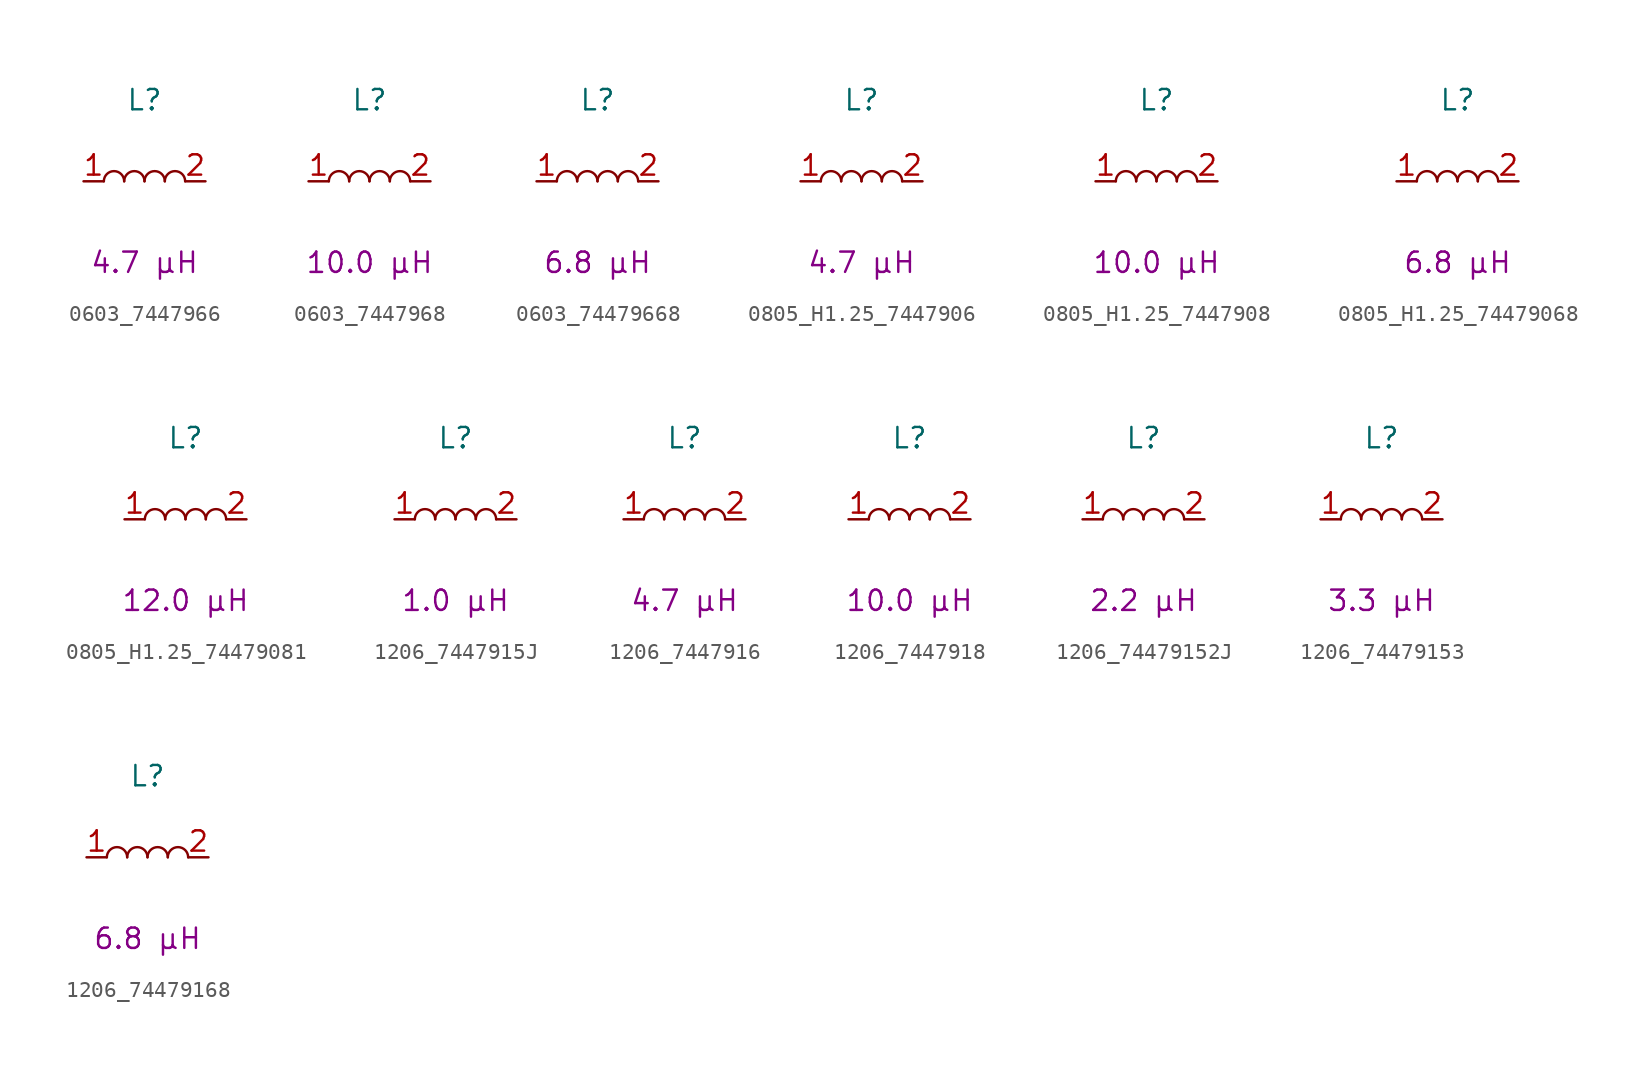
<source format=kicad_sym>
(kicad_symbol_lib
  (version 20220914)
  (generator kicad_symbol_editor)
  (symbol "0603_7447966"
    (pin_names hide)
    (property "Reference" "L"
      (at 0 5.08 0)
      (effects (font (size 1.27 1.27))))
    (property "Critical Parameter" "4.7 µH"
      (at 0 -5.08 0)
      (effects (font (size 1.27 1.27))))
    (symbol "0603_7447966_0_1"
      (arc (start -1.27 0) (mid -1.905 0.6323) (end -2.54 0) (stroke (width 0) (type default)) (fill (type none)))
      (arc (start 0 0) (mid -0.635 0.6323) (end -1.27 0) (stroke (width 0) (type default)) (fill (type none)))
      (arc (start 1.27 0) (mid 0.635 0.6323) (end 0 0) (stroke (width 0) (type default)) (fill (type none)))
      (arc (start 2.54 0) (mid 1.905 0.6323) (end 1.27 0) (stroke (width 0) (type default)) (fill (type none))))
    (symbol "0603_7447966_1_1"
      (pin passive line (at -3.81 0 0) (length 1.27) (name "1" (effects (font (size 1.27 1.27)))) (number "1" (effects (font (size 1.27 1.27)))))
      (pin passive line (at 3.81 0 180) (length 1.27) (name "2" (effects (font (size 1.27 1.27)))) (number "2" (effects (font (size 1.27 1.27)))))))
  (symbol "0603_7447968"
    (pin_names hide)
    (property "Reference" "L"
      (at 0 5.08 0)
      (effects (font (size 1.27 1.27))))
    (property "Critical Parameter" "10.0 µH"
      (at 0 -5.08 0)
      (effects (font (size 1.27 1.27))))
    (symbol "0603_7447968_0_1"
      (arc (start -1.27 0) (mid -1.905 0.6323) (end -2.54 0) (stroke (width 0) (type default)) (fill (type none)))
      (arc (start 0 0) (mid -0.635 0.6323) (end -1.27 0) (stroke (width 0) (type default)) (fill (type none)))
      (arc (start 1.27 0) (mid 0.635 0.6323) (end 0 0) (stroke (width 0) (type default)) (fill (type none)))
      (arc (start 2.54 0) (mid 1.905 0.6323) (end 1.27 0) (stroke (width 0) (type default)) (fill (type none))))
    (symbol "0603_7447968_1_1"
      (pin passive line (at -3.81 0 0) (length 1.27) (name "1" (effects (font (size 1.27 1.27)))) (number "1" (effects (font (size 1.27 1.27)))))
      (pin passive line (at 3.81 0 180) (length 1.27) (name "2" (effects (font (size 1.27 1.27)))) (number "2" (effects (font (size 1.27 1.27)))))))
  (symbol "0603_74479668"
    (pin_names hide)
    (property "Reference" "L"
      (at 0 5.08 0)
      (effects (font (size 1.27 1.27))))
    (property "Critical Parameter" "6.8 µH"
      (at 0 -5.08 0)
      (effects (font (size 1.27 1.27))))
    (symbol "0603_74479668_0_1"
      (arc (start -1.27 0) (mid -1.905 0.6323) (end -2.54 0) (stroke (width 0) (type default)) (fill (type none)))
      (arc (start 0 0) (mid -0.635 0.6323) (end -1.27 0) (stroke (width 0) (type default)) (fill (type none)))
      (arc (start 1.27 0) (mid 0.635 0.6323) (end 0 0) (stroke (width 0) (type default)) (fill (type none)))
      (arc (start 2.54 0) (mid 1.905 0.6323) (end 1.27 0) (stroke (width 0) (type default)) (fill (type none))))
    (symbol "0603_74479668_1_1"
      (pin passive line (at -3.81 0 0) (length 1.27) (name "1" (effects (font (size 1.27 1.27)))) (number "1" (effects (font (size 1.27 1.27)))))
      (pin passive line (at 3.81 0 180) (length 1.27) (name "2" (effects (font (size 1.27 1.27)))) (number "2" (effects (font (size 1.27 1.27)))))))
  (symbol "0805_H1.25_7447906"
    (pin_names hide)
    (property "Reference" "L"
      (at 0 5.08 0)
      (effects (font (size 1.27 1.27))))
    (property "Critical Parameter" "4.7 µH"
      (at 0 -5.08 0)
      (effects (font (size 1.27 1.27))))
    (symbol "0805_H1.25_7447906_0_1"
      (arc (start -1.27 0) (mid -1.905 0.6323) (end -2.54 0) (stroke (width 0) (type default)) (fill (type none)))
      (arc (start 0 0) (mid -0.635 0.6323) (end -1.27 0) (stroke (width 0) (type default)) (fill (type none)))
      (arc (start 1.27 0) (mid 0.635 0.6323) (end 0 0) (stroke (width 0) (type default)) (fill (type none)))
      (arc (start 2.54 0) (mid 1.905 0.6323) (end 1.27 0) (stroke (width 0) (type default)) (fill (type none))))
    (symbol "0805_H1.25_7447906_1_1"
      (pin passive line (at -3.81 0 0) (length 1.27) (name "1" (effects (font (size 1.27 1.27)))) (number "1" (effects (font (size 1.27 1.27)))))
      (pin passive line (at 3.81 0 180) (length 1.27) (name "2" (effects (font (size 1.27 1.27)))) (number "2" (effects (font (size 1.27 1.27)))))))
  (symbol "0805_H1.25_7447908"
    (pin_names hide)
    (property "Reference" "L"
      (at 0 5.08 0)
      (effects (font (size 1.27 1.27))))
    (property "Critical Parameter" "10.0 µH"
      (at 0 -5.08 0)
      (effects (font (size 1.27 1.27))))
    (symbol "0805_H1.25_7447908_0_1"
      (arc (start -1.27 0) (mid -1.905 0.6323) (end -2.54 0) (stroke (width 0) (type default)) (fill (type none)))
      (arc (start 0 0) (mid -0.635 0.6323) (end -1.27 0) (stroke (width 0) (type default)) (fill (type none)))
      (arc (start 1.27 0) (mid 0.635 0.6323) (end 0 0) (stroke (width 0) (type default)) (fill (type none)))
      (arc (start 2.54 0) (mid 1.905 0.6323) (end 1.27 0) (stroke (width 0) (type default)) (fill (type none))))
    (symbol "0805_H1.25_7447908_1_1"
      (pin passive line (at -3.81 0 0) (length 1.27) (name "1" (effects (font (size 1.27 1.27)))) (number "1" (effects (font (size 1.27 1.27)))))
      (pin passive line (at 3.81 0 180) (length 1.27) (name "2" (effects (font (size 1.27 1.27)))) (number "2" (effects (font (size 1.27 1.27)))))))
  (symbol "0805_H1.25_74479068"
    (pin_names hide)
    (property "Reference" "L"
      (at 0 5.08 0)
      (effects (font (size 1.27 1.27))))
    (property "Critical Parameter" "6.8 µH"
      (at 0 -5.08 0)
      (effects (font (size 1.27 1.27))))
    (symbol "0805_H1.25_74479068_0_1"
      (arc (start -1.27 0) (mid -1.905 0.6323) (end -2.54 0) (stroke (width 0) (type default)) (fill (type none)))
      (arc (start 0 0) (mid -0.635 0.6323) (end -1.27 0) (stroke (width 0) (type default)) (fill (type none)))
      (arc (start 1.27 0) (mid 0.635 0.6323) (end 0 0) (stroke (width 0) (type default)) (fill (type none)))
      (arc (start 2.54 0) (mid 1.905 0.6323) (end 1.27 0) (stroke (width 0) (type default)) (fill (type none))))
    (symbol "0805_H1.25_74479068_1_1"
      (pin passive line (at -3.81 0 0) (length 1.27) (name "1" (effects (font (size 1.27 1.27)))) (number "1" (effects (font (size 1.27 1.27)))))
      (pin passive line (at 3.81 0 180) (length 1.27) (name "2" (effects (font (size 1.27 1.27)))) (number "2" (effects (font (size 1.27 1.27)))))))
  (symbol "0805_H1.25_74479081"
    (pin_names hide)
    (property "Reference" "L"
      (at 0 5.08 0)
      (effects (font (size 1.27 1.27))))
    (property "Critical Parameter" "12.0 µH"
      (at 0 -5.08 0)
      (effects (font (size 1.27 1.27))))
    (symbol "0805_H1.25_74479081_0_1"
      (arc (start -1.27 0) (mid -1.905 0.6323) (end -2.54 0) (stroke (width 0) (type default)) (fill (type none)))
      (arc (start 0 0) (mid -0.635 0.6323) (end -1.27 0) (stroke (width 0) (type default)) (fill (type none)))
      (arc (start 1.27 0) (mid 0.635 0.6323) (end 0 0) (stroke (width 0) (type default)) (fill (type none)))
      (arc (start 2.54 0) (mid 1.905 0.6323) (end 1.27 0) (stroke (width 0) (type default)) (fill (type none))))
    (symbol "0805_H1.25_74479081_1_1"
      (pin passive line (at -3.81 0 0) (length 1.27) (name "1" (effects (font (size 1.27 1.27)))) (number "1" (effects (font (size 1.27 1.27)))))
      (pin passive line (at 3.81 0 180) (length 1.27) (name "2" (effects (font (size 1.27 1.27)))) (number "2" (effects (font (size 1.27 1.27)))))))
  (symbol "1206_7447915J"
    (pin_names hide)
    (property "Reference" "L"
      (at 0 5.08 0)
      (effects (font (size 1.27 1.27))))
    (property "Critical Parameter" "1.0 µH"
      (at 0 -5.08 0)
      (effects (font (size 1.27 1.27))))
    (symbol "1206_7447915J_0_1"
      (arc (start -1.27 0) (mid -1.905 0.6323) (end -2.54 0) (stroke (width 0) (type default)) (fill (type none)))
      (arc (start 0 0) (mid -0.635 0.6323) (end -1.27 0) (stroke (width 0) (type default)) (fill (type none)))
      (arc (start 1.27 0) (mid 0.635 0.6323) (end 0 0) (stroke (width 0) (type default)) (fill (type none)))
      (arc (start 2.54 0) (mid 1.905 0.6323) (end 1.27 0) (stroke (width 0) (type default)) (fill (type none))))
    (symbol "1206_7447915J_1_1"
      (pin passive line (at -3.81 0 0) (length 1.27) (name "1" (effects (font (size 1.27 1.27)))) (number "1" (effects (font (size 1.27 1.27)))))
      (pin passive line (at 3.81 0 180) (length 1.27) (name "2" (effects (font (size 1.27 1.27)))) (number "2" (effects (font (size 1.27 1.27)))))))
  (symbol "1206_7447916"
    (pin_names hide)
    (property "Reference" "L"
      (at 0 5.08 0)
      (effects (font (size 1.27 1.27))))
    (property "Critical Parameter" "4.7 µH"
      (at 0 -5.08 0)
      (effects (font (size 1.27 1.27))))
    (symbol "1206_7447916_0_1"
      (arc (start -1.27 0) (mid -1.905 0.6323) (end -2.54 0) (stroke (width 0) (type default)) (fill (type none)))
      (arc (start 0 0) (mid -0.635 0.6323) (end -1.27 0) (stroke (width 0) (type default)) (fill (type none)))
      (arc (start 1.27 0) (mid 0.635 0.6323) (end 0 0) (stroke (width 0) (type default)) (fill (type none)))
      (arc (start 2.54 0) (mid 1.905 0.6323) (end 1.27 0) (stroke (width 0) (type default)) (fill (type none))))
    (symbol "1206_7447916_1_1"
      (pin passive line (at -3.81 0 0) (length 1.27) (name "1" (effects (font (size 1.27 1.27)))) (number "1" (effects (font (size 1.27 1.27)))))
      (pin passive line (at 3.81 0 180) (length 1.27) (name "2" (effects (font (size 1.27 1.27)))) (number "2" (effects (font (size 1.27 1.27)))))))
  (symbol "1206_7447918"
    (pin_names hide)
    (property "Reference" "L"
      (at 0 5.08 0)
      (effects (font (size 1.27 1.27))))
    (property "Critical Parameter" "10.0 µH"
      (at 0 -5.08 0)
      (effects (font (size 1.27 1.27))))
    (symbol "1206_7447918_0_1"
      (arc (start -1.27 0) (mid -1.905 0.6323) (end -2.54 0) (stroke (width 0) (type default)) (fill (type none)))
      (arc (start 0 0) (mid -0.635 0.6323) (end -1.27 0) (stroke (width 0) (type default)) (fill (type none)))
      (arc (start 1.27 0) (mid 0.635 0.6323) (end 0 0) (stroke (width 0) (type default)) (fill (type none)))
      (arc (start 2.54 0) (mid 1.905 0.6323) (end 1.27 0) (stroke (width 0) (type default)) (fill (type none))))
    (symbol "1206_7447918_1_1"
      (pin passive line (at -3.81 0 0) (length 1.27) (name "1" (effects (font (size 1.27 1.27)))) (number "1" (effects (font (size 1.27 1.27)))))
      (pin passive line (at 3.81 0 180) (length 1.27) (name "2" (effects (font (size 1.27 1.27)))) (number "2" (effects (font (size 1.27 1.27)))))))
  (symbol "1206_74479152J"
    (pin_names hide)
    (property "Reference" "L"
      (at 0 5.08 0)
      (effects (font (size 1.27 1.27))))
    (property "Critical Parameter" "2.2 µH"
      (at 0 -5.08 0)
      (effects (font (size 1.27 1.27))))
    (symbol "1206_74479152J_0_1"
      (arc (start -1.27 0) (mid -1.905 0.6323) (end -2.54 0) (stroke (width 0) (type default)) (fill (type none)))
      (arc (start 0 0) (mid -0.635 0.6323) (end -1.27 0) (stroke (width 0) (type default)) (fill (type none)))
      (arc (start 1.27 0) (mid 0.635 0.6323) (end 0 0) (stroke (width 0) (type default)) (fill (type none)))
      (arc (start 2.54 0) (mid 1.905 0.6323) (end 1.27 0) (stroke (width 0) (type default)) (fill (type none))))
    (symbol "1206_74479152J_1_1"
      (pin passive line (at -3.81 0 0) (length 1.27) (name "1" (effects (font (size 1.27 1.27)))) (number "1" (effects (font (size 1.27 1.27)))))
      (pin passive line (at 3.81 0 180) (length 1.27) (name "2" (effects (font (size 1.27 1.27)))) (number "2" (effects (font (size 1.27 1.27)))))))
  (symbol "1206_74479153"
    (pin_names hide)
    (property "Reference" "L"
      (at 0 5.08 0)
      (effects (font (size 1.27 1.27))))
    (property "Critical Parameter" "3.3 µH"
      (at 0 -5.08 0)
      (effects (font (size 1.27 1.27))))
    (symbol "1206_74479153_0_1"
      (arc (start -1.27 0) (mid -1.905 0.6323) (end -2.54 0) (stroke (width 0) (type default)) (fill (type none)))
      (arc (start 0 0) (mid -0.635 0.6323) (end -1.27 0) (stroke (width 0) (type default)) (fill (type none)))
      (arc (start 1.27 0) (mid 0.635 0.6323) (end 0 0) (stroke (width 0) (type default)) (fill (type none)))
      (arc (start 2.54 0) (mid 1.905 0.6323) (end 1.27 0) (stroke (width 0) (type default)) (fill (type none))))
    (symbol "1206_74479153_1_1"
      (pin passive line (at -3.81 0 0) (length 1.27) (name "1" (effects (font (size 1.27 1.27)))) (number "1" (effects (font (size 1.27 1.27)))))
      (pin passive line (at 3.81 0 180) (length 1.27) (name "2" (effects (font (size 1.27 1.27)))) (number "2" (effects (font (size 1.27 1.27)))))))
  (symbol "1206_74479168"
    (pin_names hide)
    (property "Reference" "L"
      (at 0 5.08 0)
      (effects (font (size 1.27 1.27))))
    (property "Critical Parameter" "6.8 µH"
      (at 0 -5.08 0)
      (effects (font (size 1.27 1.27))))
    (symbol "1206_74479168_0_1"
      (arc (start -1.27 0) (mid -1.905 0.6323) (end -2.54 0) (stroke (width 0) (type default)) (fill (type none)))
      (arc (start 0 0) (mid -0.635 0.6323) (end -1.27 0) (stroke (width 0) (type default)) (fill (type none)))
      (arc (start 1.27 0) (mid 0.635 0.6323) (end 0 0) (stroke (width 0) (type default)) (fill (type none)))
      (arc (start 2.54 0) (mid 1.905 0.6323) (end 1.27 0) (stroke (width 0) (type default)) (fill (type none))))
    (symbol "1206_74479168_1_1"
      (pin passive line (at -3.81 0 0) (length 1.27) (name "1" (effects (font (size 1.27 1.27)))) (number "1" (effects (font (size 1.27 1.27)))))
      (pin passive line (at 3.81 0 180) (length 1.27) (name "2" (effects (font (size 1.27 1.27)))) (number "2" (effects (font (size 1.27 1.27))))))))
</source>
